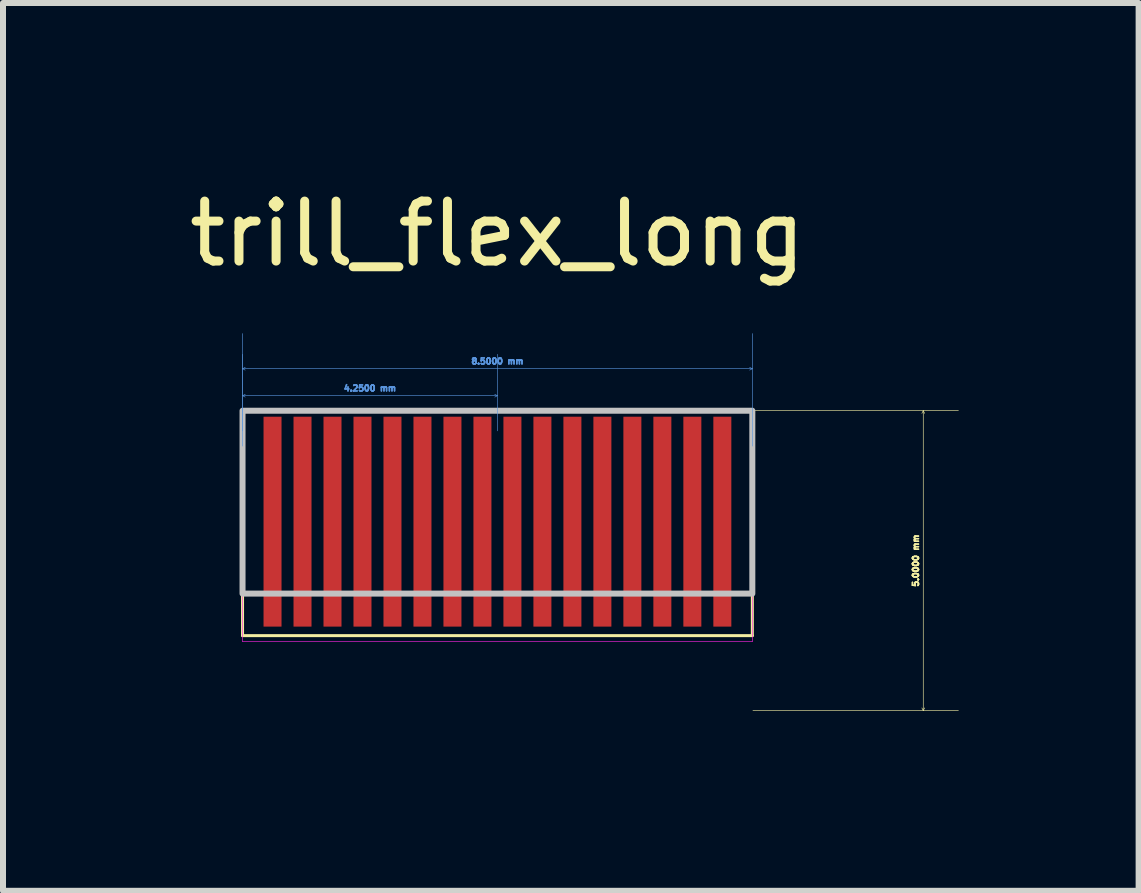
<source format=kicad_pcb>
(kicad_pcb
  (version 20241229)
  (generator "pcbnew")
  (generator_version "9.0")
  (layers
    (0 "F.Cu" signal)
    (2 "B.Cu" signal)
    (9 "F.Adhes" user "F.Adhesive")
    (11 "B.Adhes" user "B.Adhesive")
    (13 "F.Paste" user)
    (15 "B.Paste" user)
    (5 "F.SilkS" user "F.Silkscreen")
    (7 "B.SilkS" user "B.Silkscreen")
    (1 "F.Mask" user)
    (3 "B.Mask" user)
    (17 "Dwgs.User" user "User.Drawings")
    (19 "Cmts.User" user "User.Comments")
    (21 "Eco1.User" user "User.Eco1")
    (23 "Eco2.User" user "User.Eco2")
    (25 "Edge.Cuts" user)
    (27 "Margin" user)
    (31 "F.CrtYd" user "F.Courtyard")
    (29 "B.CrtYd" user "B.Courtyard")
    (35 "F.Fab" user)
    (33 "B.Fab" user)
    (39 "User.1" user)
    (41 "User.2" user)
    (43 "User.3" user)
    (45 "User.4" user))
  (footprint "trill_flex_long"
    (layer "F.Cu")
    (at 5.244 5.598)
    (property "Reference" "trill_flex_long" (at 0 -4.75 0) (layer "F.SilkS") (effects (font (size 1 1) (thickness 0.15))))
    (attr smd allow_soldermask_bridges)
    (fp_line (start -4.25 -1.8) (end 4.25 -1.8) (stroke (width 0.05) (type solid)) (layer "F.SilkS"))
    (fp_line (start -4.25 1.95) (end -4.25 -1.8) (stroke (width 0.05) (type solid)) (layer "F.SilkS"))
    (fp_line (start -4.25 1.95) (end 4.25 1.95) (stroke (width 0.05) (type solid)) (layer "F.SilkS"))
    (fp_line (start 4.25 1.95) (end 4.25 -1.8) (stroke (width 0.05) (type solid)) (layer "F.SilkS"))
    (fp_poly (pts (xy 4.25 -1.8) (xy -4.25 -1.8) (xy -4.25 1.25) (xy 4.25 1.25)) (stroke (width 0.1) (type solid)) (fill no) (layer "Dwgs.User"))
    (fp_line (start -4.25 -1.8) (end 4.25 -1.8) (stroke (width 0.01) (type solid)) (layer "Margin"))
    (fp_line (start -4.25 3.2) (end -4.25 -1.8) (stroke (width 0.01) (type solid)) (layer "Margin"))
    (fp_line (start 4.25 3.2) (end 4.25 -1.8) (stroke (width 0.01) (type solid)) (layer "Margin"))
    (fp_line (start -4.25 -1.8) (end -4.25 2.05) (stroke (width 0.01) (type solid)) (layer "F.CrtYd"))
    (fp_line (start -4.25 -1.8) (end 4.25 -1.8) (stroke (width 0.01) (type solid)) (layer "F.CrtYd"))
    (fp_line (start -4.25 2.05) (end 4.25 2.05) (stroke (width 0.01) (type solid)) (layer "F.CrtYd"))
    (fp_line (start 4.25 -1.8) (end 4.25 2.05) (stroke (width 0.01) (type solid)) (layer "F.CrtYd"))
    (dimension (type aligned) (layer "F.SilkS") (pts (xy 9.494 3.798) (xy 9.494 8.798)) (height -2.85) (format (prefix "") (suffix "") (units 3) (units_format 1) (precision 4)) (style (thickness 0.01) (arrow_length 0.05) (text_position_mode 0) (arrow_direction outward) (extension_height 0.586) (extension_offset 0.01) (keep_text_aligned yes)) (gr_text "5.0000 mm" (at 12.219 6.298 90) (layer "F.SilkS") (effects (font (size 0.1 0.1) (thickness 0.1)))))
    (dimension (type aligned) (layer "Cmts.User") (pts (xy 0.994 4.398) (xy 9.494 4.398)) (height -1.3) (format (prefix "") (suffix "") (units 3) (units_format 1) (precision 4)) (style (thickness 0.01) (arrow_length 0.05) (text_position_mode 0) (arrow_direction outward) (extension_height 0.586) (extension_offset 0.01) (keep_text_aligned yes)) (gr_text "8.5000 mm" (at 5.244 2.973 0) (layer "Cmts.User") (effects (font (size 0.1 0.1) (thickness 0.1) (bold yes)))))
    (dimension (type aligned) (layer "Cmts.User") (pts (xy 0.994 2.848) (xy 5.244 2.848)) (height 0.7) (format (prefix "") (suffix "") (units 3) (units_format 1) (precision 4)) (style (thickness 0.01) (arrow_length 0.05) (text_position_mode 0) (arrow_direction outward) (extension_height 0.586) (extension_offset 0.01) (keep_text_aligned yes)) (gr_text "4.2500 mm" (at 3.119 3.423 0) (layer "Cmts.User") (effects (font (size 0.1 0.1) (thickness 0.1) (bold yes)))))
    (pad "" smd rect (at -3.75 -0.2) (size 0.3 3) (layers "F.Mask" "F.Paste"))
    (pad "" smd rect (at -3.25 -0.2) (size 0.3 3) (layers "F.Mask" "F.Paste"))
    (pad "" smd rect (at -2.75 -0.2) (size 0.3 3) (layers "F.Mask" "F.Paste"))
    (pad "" smd rect (at -2.25 -0.2) (size 0.3 3) (layers "F.Mask" "F.Paste"))
    (pad "" smd rect (at -1.75 -0.2) (size 0.3 3) (layers "F.Mask" "F.Paste"))
    (pad "" smd rect (at -1.25 -0.2) (size 0.3 3) (layers "F.Mask" "F.Paste"))
    (pad "" smd rect (at -0.75 -0.2) (size 0.3 3) (layers "F.Mask" "F.Paste"))
    (pad "" smd rect (at -0.25 -0.2) (size 0.3 3) (layers "F.Mask" "F.Paste"))
    (pad "" smd rect (at 0.25 -0.2) (size 0.3 3) (layers "F.Mask" "F.Paste"))
    (pad "" smd rect (at 0.75 -0.2) (size 0.3 3) (layers "F.Mask" "F.Paste"))
    (pad "" smd rect (at 1.25 -0.2) (size 0.3 3) (layers "F.Mask" "F.Paste"))
    (pad "" smd rect (at 1.75 -0.2) (size 0.3 3) (layers "F.Mask" "F.Paste"))
    (pad "" smd rect (at 2.25 -0.2) (size 0.3 3) (layers "F.Mask" "F.Paste"))
    (pad "" smd rect (at 2.75 -0.2) (size 0.3 3) (layers "F.Mask" "F.Paste"))
    (pad "" smd rect (at 3.25 -0.2) (size 0.3 3) (layers "F.Mask" "F.Paste"))
    (pad "" smd rect (at 3.75 -0.2) (size 0.3 3) (layers "F.Mask" "F.Paste"))
    (pad "1" smd rect (at -3.75 0.05) (size 0.3 3.5) (layers "F.Cu"))
    (pad "2" smd rect (at -3.25 0.05) (size 0.3 3.5) (layers "F.Cu"))
    (pad "3" smd rect (at -2.75 0.05) (size 0.3 3.5) (layers "F.Cu"))
    (pad "4" smd rect (at -2.25 0.05) (size 0.3 3.5) (layers "F.Cu"))
    (pad "5" smd rect (at -1.75 0.05) (size 0.3 3.5) (layers "F.Cu"))
    (pad "6" smd rect (at -1.25 0.05) (size 0.3 3.5) (layers "F.Cu"))
    (pad "7" smd rect (at -0.75 0.05) (size 0.3 3.5) (layers "F.Cu"))
    (pad "8" smd rect (at -0.25 0.05) (size 0.3 3.5) (layers "F.Cu"))
    (pad "9" smd rect (at 0.25 0.05) (size 0.3 3.5) (layers "F.Cu"))
    (pad "10" smd rect (at 0.75 0.05) (size 0.3 3.5) (layers "F.Cu"))
    (pad "11" smd rect (at 1.25 0.05) (size 0.3 3.5) (layers "F.Cu"))
    (pad "12" smd rect (at 1.75 0.05) (size 0.3 3.5) (layers "F.Cu"))
    (pad "13" smd rect (at 2.25 0.05) (size 0.3 3.5) (layers "F.Cu"))
    (pad "14" smd rect (at 2.75 0.05) (size 0.3 3.5) (layers "F.Cu"))
    (pad "15" smd rect (at 3.25 0.05) (size 0.3 3.5) (layers "F.Cu"))
    (pad "16" smd rect (at 3.75 0.05) (size 0.3 3.5) (layers "F.Cu")))
  (gr_rect
    (start -3 -3)
    (end 15.935 11.803)
    (stroke (width 0.1) (type default))
    (fill no)
    (layer "Edge.Cuts")))
</source>
